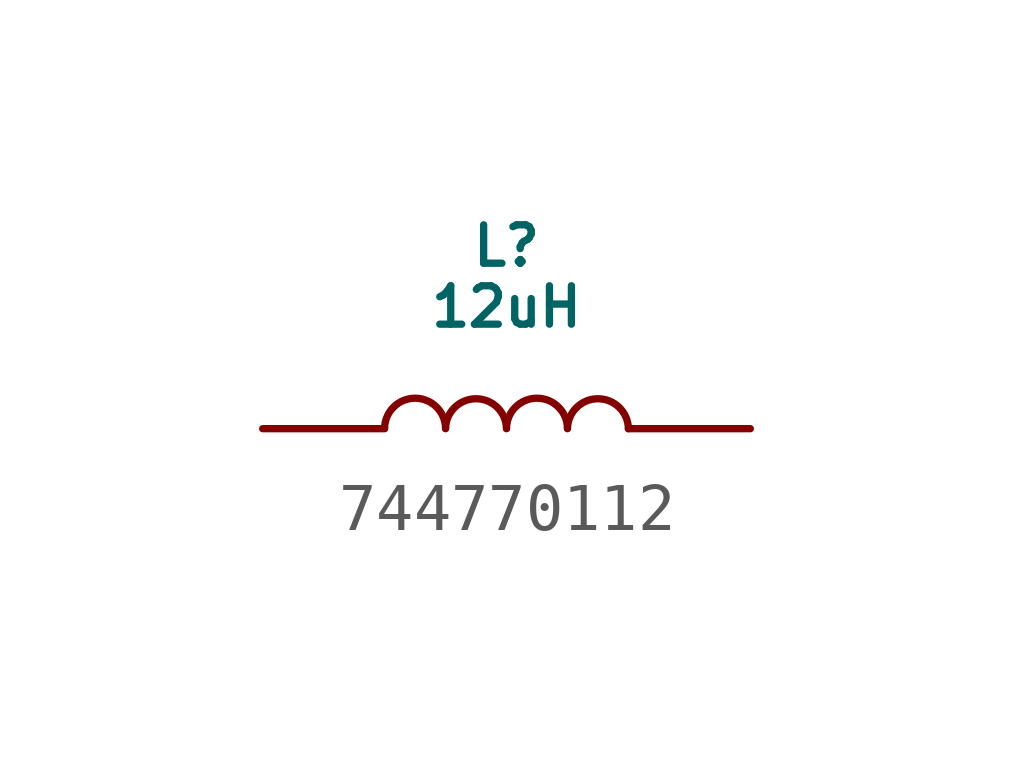
<source format=kicad_sym>
(kicad_symbol_lib
  (version 20220914)
  (generator kicad_symbol_editor)
  (symbol "744770112"
    (pin_numbers hide)
    (pin_names hide)
    (property "Reference" "L"
      (at 7.62 3.81 0)
      (do_not_autoplace)
      (effects (font (size 0.8 0.8))))
    (property "Value" "12uH"
      (at 7.62 2.54 0)
      (do_not_autoplace)
      (effects (font (size 0.8 0.8))))
    (symbol "744770112_1_1"
      (arc (start 6.35 0.0113) (mid 5.715 0.6351) (end 5.08 0.0113) (stroke (width 0) (type default)) (fill (type none)))
      (arc (start 7.62 0) (mid 6.985 0.6238) (end 6.35 0) (stroke (width 0) (type default)) (fill (type none)))
      (arc (start 8.89 0.0113) (mid 8.255 0.6351) (end 7.62 0.0113) (stroke (width 0) (type default)) (fill (type none)))
      (arc (start 10.16 0) (mid 9.525 0.6238) (end 8.89 0) (stroke (width 0) (type default)) (fill (type none)))
      (pin passive line (at 2.54 0 0) (length 2.54) (name "1" (effects (font (size 1.27 1.27)))) (number "1" (effects (font (size 1.27 1.27)))))
      (pin passive line (at 12.7 0 180) (length 2.54) (name "2" (effects (font (size 1.27 1.27)))) (number "2" (effects (font (size 1.27 1.27))))))))
</source>
